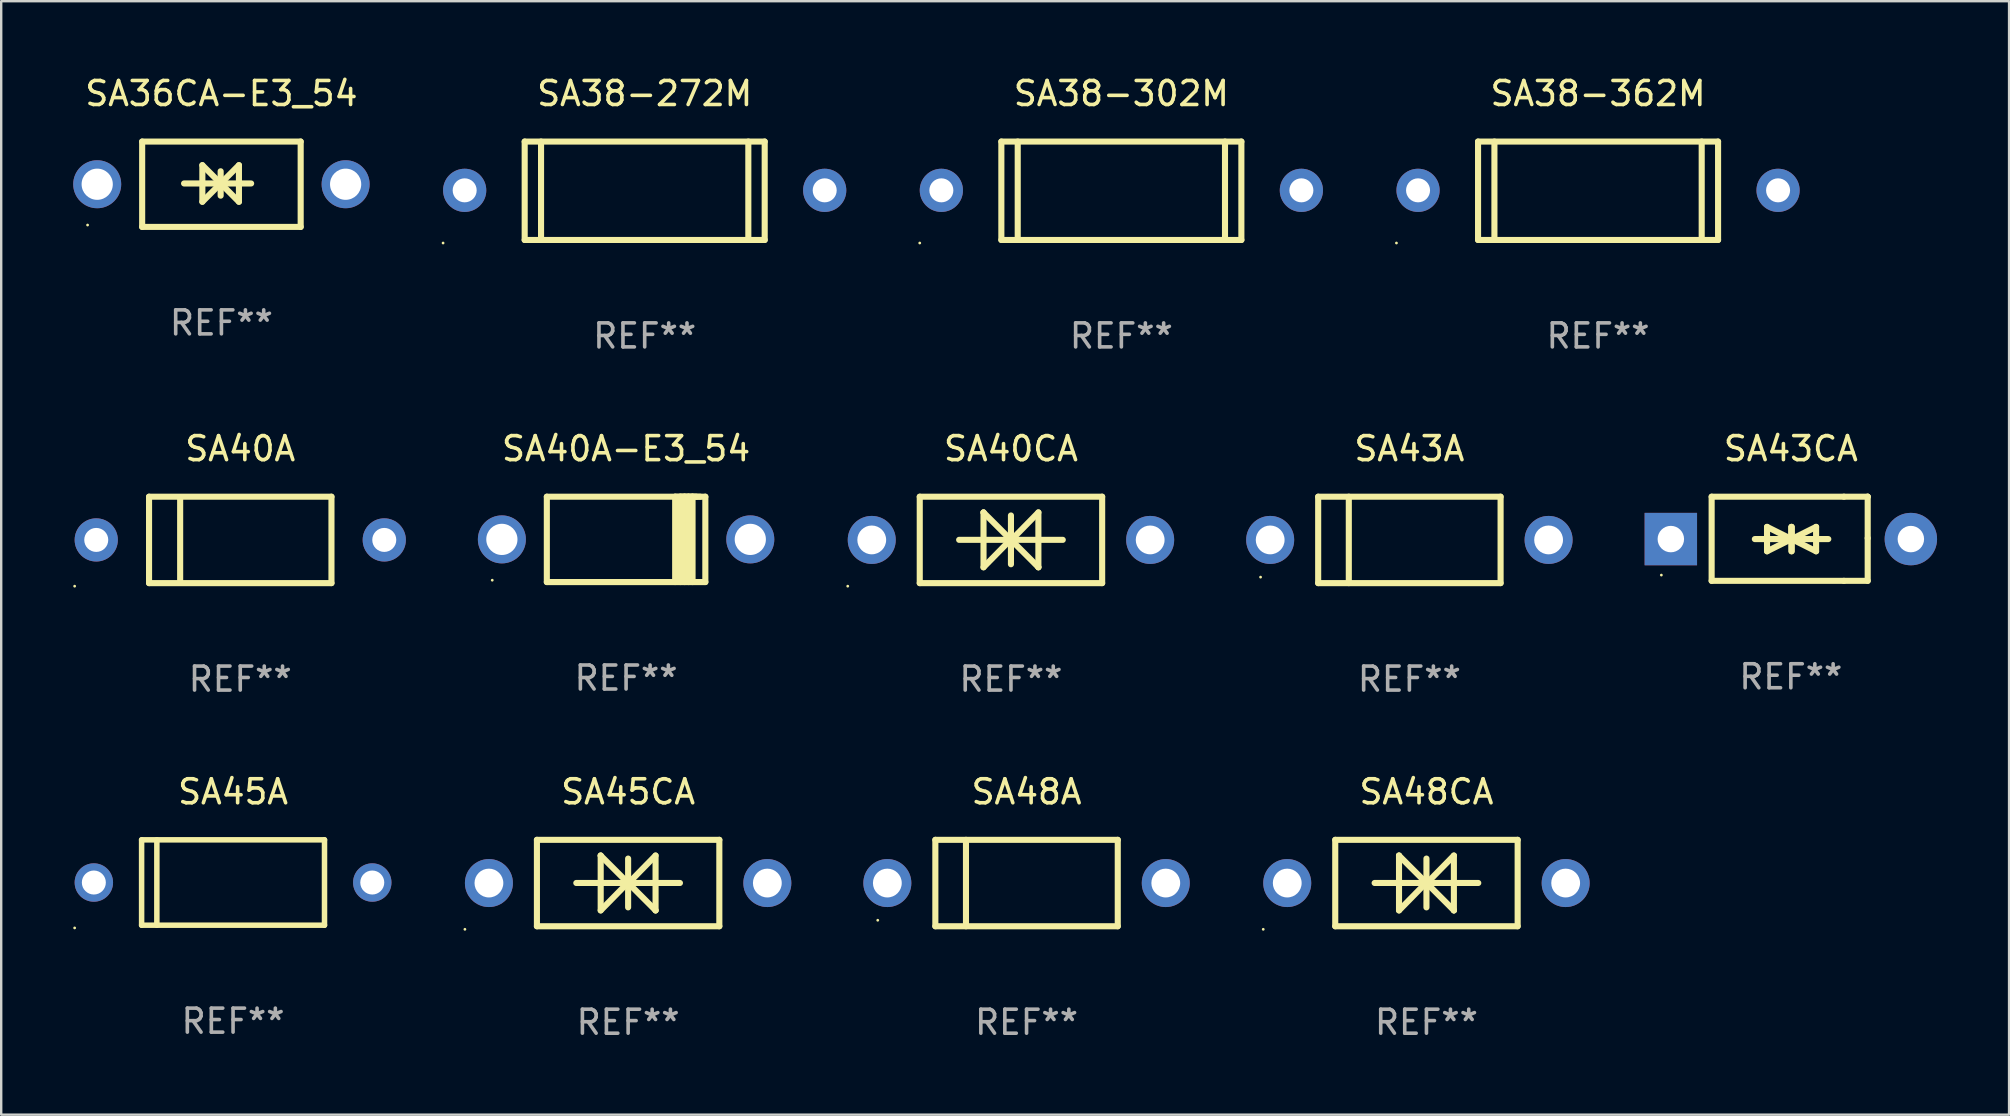
<source format=kicad_pcb>
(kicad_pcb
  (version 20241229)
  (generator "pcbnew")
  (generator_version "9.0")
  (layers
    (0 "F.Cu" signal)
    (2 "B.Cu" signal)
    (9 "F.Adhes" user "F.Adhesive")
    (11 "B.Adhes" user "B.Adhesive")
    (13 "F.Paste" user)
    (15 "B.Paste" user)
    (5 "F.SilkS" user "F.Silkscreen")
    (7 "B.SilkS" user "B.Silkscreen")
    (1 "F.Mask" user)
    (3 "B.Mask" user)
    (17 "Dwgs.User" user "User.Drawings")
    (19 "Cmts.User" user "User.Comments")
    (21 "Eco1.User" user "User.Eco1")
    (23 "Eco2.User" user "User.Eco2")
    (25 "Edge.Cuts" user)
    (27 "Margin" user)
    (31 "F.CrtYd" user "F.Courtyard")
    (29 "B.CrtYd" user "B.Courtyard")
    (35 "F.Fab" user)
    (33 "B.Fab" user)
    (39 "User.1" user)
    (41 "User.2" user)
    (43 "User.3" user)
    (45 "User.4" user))
  (footprint "SA38-362M"
    (layer "F.Cu")
    (at 63.531 4.898)
    (property "Reference" "SA38-362M" (at 0 -4.05 0) (layer "F.SilkS") (effects (font (size 1 1) (thickness 0.15))))
    (attr through_hole)
    (fp_line (start -5 -2.05) (end -5 2.05) (stroke (width 0.254) (type solid)) (layer "F.SilkS"))
    (fp_line (start -5 2.05) (end 5 2.05) (stroke (width 0.254) (type solid)) (layer "F.SilkS"))
    (fp_line (start -4.318 -2.05) (end -4.318 2.05) (stroke (width 0.254) (type solid)) (layer "F.SilkS"))
    (fp_line (start 4.318 -2.05) (end 4.318 2.05) (stroke (width 0.254) (type solid)) (layer "F.SilkS"))
    (fp_line (start 5 -2.05) (end -5 -2.05) (stroke (width 0.254) (type solid)) (layer "F.SilkS"))
    (fp_line (start 5 -2.05) (end 5 2.05) (stroke (width 0.254) (type solid)) (layer "F.SilkS"))
    (fp_circle (center -8.4 2.177) (end -8.37 2.177) (stroke (width 0.06) (type solid)) (fill no) (layer "F.SilkS"))
    (fp_text user "REF**" (at 0 6.05 0) (layer "F.Fab") (effects (font (size 1 1) (thickness 0.15))))
    (pad "1" thru_hole circle (at -7.5 -0.018) (size 1.8 1.8) (drill 1) (layers "*.Cu" "*.Mask"))
    (pad "2" thru_hole circle (at 7.5 -0.018) (size 1.8 1.8) (drill 1) (layers "*.Cu" "*.Mask")))
  (footprint "SA38-302M"
    (layer "F.Cu")
    (at 43.67 4.898)
    (property "Reference" "SA38-302M" (at 0 -4.05 0) (layer "F.SilkS") (effects (font (size 1 1) (thickness 0.15))))
    (attr through_hole)
    (fp_line (start -5 -2.05) (end -5 2.05) (stroke (width 0.254) (type solid)) (layer "F.SilkS"))
    (fp_line (start -5 2.05) (end 5 2.05) (stroke (width 0.254) (type solid)) (layer "F.SilkS"))
    (fp_line (start -4.318 -2.05) (end -4.318 2.05) (stroke (width 0.254) (type solid)) (layer "F.SilkS"))
    (fp_line (start 4.318 -2.05) (end 4.318 2.05) (stroke (width 0.254) (type solid)) (layer "F.SilkS"))
    (fp_line (start 5 -2.05) (end -5 -2.05) (stroke (width 0.254) (type solid)) (layer "F.SilkS"))
    (fp_line (start 5 -2.05) (end 5 2.05) (stroke (width 0.254) (type solid)) (layer "F.SilkS"))
    (fp_circle (center -8.4 2.177) (end -8.37 2.177) (stroke (width 0.06) (type solid)) (fill no) (layer "F.SilkS"))
    (fp_text user "REF**" (at 0 6.05 0) (layer "F.Fab") (effects (font (size 1 1) (thickness 0.15))))
    (pad "1" thru_hole circle (at -7.5 -0.018) (size 1.8 1.8) (drill 1) (layers "*.Cu" "*.Mask"))
    (pad "2" thru_hole circle (at 7.5 -0.018) (size 1.8 1.8) (drill 1) (layers "*.Cu" "*.Mask")))
  (footprint "SA36CA-E3_54"
    (layer "F.Cu")
    (at 6.175 4.626)
    (property "Reference" "SA36CA-E3_54" (at 0 -3.778 0) (layer "F.SilkS") (effects (font (size 1 1) (thickness 0.15))))
    (attr through_hole)
    (fp_line (start -3.302 -1.778) (end -3.302 1.778) (stroke (width 0.254) (type solid)) (layer "F.SilkS"))
    (fp_line (start -3.302 1.778) (end 3.302 1.778) (stroke (width 0.254) (type solid)) (layer "F.SilkS"))
    (fp_line (start -1.556 -0.032) (end 1.238 -0.032) (stroke (width 0.254) (type solid)) (layer "F.SilkS"))
    (fp_line (start -0.794 -0.794) (end 0.73 0.73) (stroke (width 0.254) (type solid)) (layer "F.SilkS"))
    (fp_line (start -0.794 0.73) (end -0.794 -0.794) (stroke (width 0.254) (type solid)) (layer "F.SilkS"))
    (fp_line (start -0.032 -0.54) (end -0.032 0.476) (stroke (width 0.254) (type solid)) (layer "F.SilkS"))
    (fp_line (start 0.73 -0.794) (end -0.794 0.73) (stroke (width 0.254) (type solid)) (layer "F.SilkS"))
    (fp_line (start 0.73 0.73) (end 0.73 -0.794) (stroke (width 0.254) (type solid)) (layer "F.SilkS"))
    (fp_line (start 3.302 -1.778) (end -3.302 -1.778) (stroke (width 0.254) (type solid)) (layer "F.SilkS"))
    (fp_line (start 3.302 1.778) (end 3.302 -1.778) (stroke (width 0.254) (type solid)) (layer "F.SilkS"))
    (fp_circle (center -5.576 1.7) (end -5.546 1.7) (stroke (width 0.06) (type solid)) (fill no) (layer "F.SilkS"))
    (fp_text user "REF**" (at 0 5.778 0) (layer "F.Fab") (effects (font (size 1 1) (thickness 0.15))))
    (pad "1" thru_hole circle (at -5.175 0) (size 2 2) (drill 1.3) (layers "*.Cu" "*.Mask"))
    (pad "2" thru_hole circle (at 5.175 0) (size 2 2) (drill 1.3) (layers "*.Cu" "*.Mask")))
  (footprint "SA38-272M"
    (layer "F.Cu")
    (at 23.81 4.898)
    (property "Reference" "SA38-272M" (at 0 -4.05 0) (layer "F.SilkS") (effects (font (size 1 1) (thickness 0.15))))
    (attr through_hole)
    (fp_line (start -5 -2.05) (end -5 2.05) (stroke (width 0.254) (type solid)) (layer "F.SilkS"))
    (fp_line (start -5 2.05) (end 5 2.05) (stroke (width 0.254) (type solid)) (layer "F.SilkS"))
    (fp_line (start -4.318 -2.05) (end -4.318 2.05) (stroke (width 0.254) (type solid)) (layer "F.SilkS"))
    (fp_line (start 4.318 -2.05) (end 4.318 2.05) (stroke (width 0.254) (type solid)) (layer "F.SilkS"))
    (fp_line (start 5 -2.05) (end -5 -2.05) (stroke (width 0.254) (type solid)) (layer "F.SilkS"))
    (fp_line (start 5 -2.05) (end 5 2.05) (stroke (width 0.254) (type solid)) (layer "F.SilkS"))
    (fp_circle (center -8.4 2.177) (end -8.37 2.177) (stroke (width 0.06) (type solid)) (fill no) (layer "F.SilkS"))
    (fp_text user "REF**" (at 0 6.05 0) (layer "F.Fab") (effects (font (size 1 1) (thickness 0.15))))
    (pad "1" thru_hole circle (at -7.5 -0.018) (size 1.8 1.8) (drill 1) (layers "*.Cu" "*.Mask"))
    (pad "2" thru_hole circle (at 7.5 -0.018) (size 1.8 1.8) (drill 1) (layers "*.Cu" "*.Mask")))
  (footprint "SA48A"
    (layer "F.Cu")
    (at 39.72 33.741)
    (property "Reference" "SA48A" (at 0 -3.8 0) (layer "F.SilkS") (effects (font (size 1 1) (thickness 0.15))))
    (attr through_hole)
    (fp_line (start -3.8 -1.8) (end -3.8 1.8) (stroke (width 0.254) (type solid)) (layer "F.SilkS"))
    (fp_line (start -3.8 -1.8) (end 3.8 -1.8) (stroke (width 0.254) (type solid)) (layer "F.SilkS"))
    (fp_line (start -3.8 1.8) (end 3.8 1.8) (stroke (width 0.254) (type solid)) (layer "F.SilkS"))
    (fp_line (start -2.524 -1.8) (end -2.524 1.8) (stroke (width 0.254) (type solid)) (layer "F.SilkS"))
    (fp_line (start 3.8 -1.8) (end 3.8 1.8) (stroke (width 0.254) (type solid)) (layer "F.SilkS"))
    (fp_circle (center -6.2 1.55) (end -6.17 1.55) (stroke (width 0.06) (type solid)) (fill no) (layer "F.SilkS"))
    (fp_text user "REF**" (at 0 5.8 0) (layer "F.Fab") (effects (font (size 1 1) (thickness 0.15))))
    (pad "1" thru_hole circle (at -5.8 0) (size 2 2) (drill 1.2) (layers "*.Cu" "*.Mask"))
    (pad "2" thru_hole circle (at 5.8 0) (size 2 2) (drill 1.2) (layers "*.Cu" "*.Mask")))
  (footprint "SA43A"
    (layer "F.Cu")
    (at 55.67 19.445)
    (property "Reference" "SA43A" (at 0 -3.8 0) (layer "F.SilkS") (effects (font (size 1 1) (thickness 0.15))))
    (attr through_hole)
    (fp_line (start -3.8 -1.8) (end -3.8 1.8) (stroke (width 0.254) (type solid)) (layer "F.SilkS"))
    (fp_line (start -3.8 -1.8) (end 3.8 -1.8) (stroke (width 0.254) (type solid)) (layer "F.SilkS"))
    (fp_line (start -3.8 1.8) (end 3.8 1.8) (stroke (width 0.254) (type solid)) (layer "F.SilkS"))
    (fp_line (start -2.524 -1.8) (end -2.524 1.8) (stroke (width 0.254) (type solid)) (layer "F.SilkS"))
    (fp_line (start 3.8 -1.8) (end 3.8 1.8) (stroke (width 0.254) (type solid)) (layer "F.SilkS"))
    (fp_circle (center -6.2 1.55) (end -6.17 1.55) (stroke (width 0.06) (type solid)) (fill no) (layer "F.SilkS"))
    (fp_text user "REF**" (at 0 5.8 0) (layer "F.Fab") (effects (font (size 1 1) (thickness 0.15))))
    (pad "1" thru_hole circle (at -5.8 0) (size 2 2) (drill 1.2) (layers "*.Cu" "*.Mask"))
    (pad "2" thru_hole circle (at 5.8 0) (size 2 2) (drill 1.2) (layers "*.Cu" "*.Mask")))
  (footprint "SA43CA"
    (layer "F.Cu")
    (at 71.563 19.397)
    (property "Reference" "SA43CA" (at 0 -3.753 0) (layer "F.SilkS") (effects (font (size 1 1) (thickness 0.15))))
    (attr through_hole)
    (fp_line (start -3.3 -1.753) (end 2.212 -1.753) (stroke (width 0.254) (type solid)) (layer "F.SilkS"))
    (fp_line (start -3.3 1.753) (end -3.3 -1.753) (stroke (width 0.254) (type solid)) (layer "F.SilkS"))
    (fp_line (start -1.5 0.013) (end 0.532 0.013) (stroke (width 0.254) (type solid)) (layer "F.SilkS"))
    (fp_line (start -0.992 -0.495) (end -0.992 0.521) (stroke (width 0.254) (type solid)) (layer "F.SilkS"))
    (fp_line (start -0.992 0.521) (end 0.024 0.013) (stroke (width 0.254) (type solid)) (layer "F.SilkS"))
    (fp_line (start 0.024 -0.495) (end 0.024 0.521) (stroke (width 0.254) (type solid)) (layer "F.SilkS"))
    (fp_line (start 0.024 0.013) (end -0.992 -0.495) (stroke (width 0.254) (type solid)) (layer "F.SilkS"))
    (fp_line (start 0.024 0.013) (end 0.024 -0.495) (stroke (width 0.254) (type solid)) (layer "F.SilkS"))
    (fp_line (start 0.036 0.013) (end 1.052 0.521) (stroke (width 0.254) (type solid)) (layer "F.SilkS"))
    (fp_line (start 0.036 0.521) (end 0.036 -0.495) (stroke (width 0.254) (type solid)) (layer "F.SilkS"))
    (fp_line (start 1.052 -0.495) (end 0.036 0.013) (stroke (width 0.254) (type solid)) (layer "F.SilkS"))
    (fp_line (start 1.052 0.521) (end 1.052 -0.495) (stroke (width 0.254) (type solid)) (layer "F.SilkS"))
    (fp_line (start 1.56 0.013) (end -0.472 0.013) (stroke (width 0.254) (type solid)) (layer "F.SilkS"))
    (fp_line (start 2.212 -1.753) (end 3.202 -1.753) (stroke (width 0.254) (type solid)) (layer "F.SilkS"))
    (fp_line (start 2.212 1.753) (end -3.3 1.753) (stroke (width 0.254) (type solid)) (layer "F.SilkS"))
    (fp_line (start 3.202 -1.753) (end 3.202 -1.753) (stroke (width 0.254) (type solid)) (layer "F.SilkS"))
    (fp_line (start 3.202 -1.753) (end 3.202 -0.025) (stroke (width 0.254) (type solid)) (layer "F.SilkS"))
    (fp_line (start 3.202 -0.025) (end 3.202 1.753) (stroke (width 0.254) (type solid)) (layer "F.SilkS"))
    (fp_line (start 3.202 1.753) (end 2.212 1.753) (stroke (width 0.254) (type solid)) (layer "F.SilkS"))
    (fp_circle (center -5.395 1.513) (end -5.365 1.513) (stroke (width 0.06) (type solid)) (fill no) (layer "F.SilkS"))
    (fp_text user "REF**" (at 0 5.753 0) (layer "F.Fab") (effects (font (size 1 1) (thickness 0.15))))
    (pad "1" thru_hole rect (at -5 0.013 180) (size 2.184 2.184) (drill 1.102) (layers "*.Cu" "*.Mask"))
    (pad "2" thru_hole circle (at 5 0.013) (size 2.184 2.184) (drill 1.102) (layers "*.Cu" "*.Mask")))
  (footprint "SA40CA"
    (layer "F.Cu")
    (at 39.07 19.445)
    (property "Reference" "SA40CA" (at 0 -3.8 0) (layer "F.SilkS") (effects (font (size 1 1) (thickness 0.15))))
    (attr through_hole)
    (fp_line (start -3.8 -1.8) (end -3.8 1.8) (stroke (width 0.254) (type solid)) (layer "F.SilkS"))
    (fp_line (start -3.8 -1.8) (end 3.8 -1.8) (stroke (width 0.254) (type solid)) (layer "F.SilkS"))
    (fp_line (start -3.8 1.8) (end 3.8 1.8) (stroke (width 0.254) (type solid)) (layer "F.SilkS"))
    (fp_line (start -2.159 -0.003) (end 2.159 -0.003) (stroke (width 0.254) (type solid)) (layer "F.SilkS"))
    (fp_line (start -1.143 -1.146) (end -1.143 1.14) (stroke (width 0.254) (type solid)) (layer "F.SilkS"))
    (fp_line (start -1.143 -1.143) (end -1.143 -1.146) (stroke (width 0.254) (type solid)) (layer "F.SilkS"))
    (fp_line (start 0 -1.019) (end 0 1.013) (stroke (width 0.254) (type solid)) (layer "F.SilkS"))
    (fp_line (start 0 -0.026) (end -1.143 1.14) (stroke (width 0.254) (type solid)) (layer "F.SilkS"))
    (fp_line (start 0 -0.006) (end 1.143 1.137) (stroke (width 0.254) (type solid)) (layer "F.SilkS"))
    (fp_line (start 0 0) (end -1.143 -1.143) (stroke (width 0.254) (type solid)) (layer "F.SilkS"))
    (fp_line (start 0 0.02) (end 1.143 -1.146) (stroke (width 0.254) (type solid)) (layer "F.SilkS"))
    (fp_line (start 1.143 1.137) (end 1.143 1.14) (stroke (width 0.254) (type solid)) (layer "F.SilkS"))
    (fp_line (start 1.143 1.14) (end 1.143 -1.146) (stroke (width 0.254) (type solid)) (layer "F.SilkS"))
    (fp_line (start 3.8 -1.8) (end 3.8 1.8) (stroke (width 0.254) (type solid)) (layer "F.SilkS"))
    (fp_circle (center -6.8 1.927) (end -6.77 1.927) (stroke (width 0.06) (type solid)) (fill no) (layer "F.SilkS"))
    (fp_text user "REF**" (at 0 5.8 0) (layer "F.Fab") (effects (font (size 1 1) (thickness 0.15))))
    (pad "1" thru_hole circle (at -5.8 0) (size 2 2) (drill 1.2) (layers "*.Cu" "*.Mask"))
    (pad "2" thru_hole circle (at 5.8 0) (size 2 2) (drill 1.2) (layers "*.Cu" "*.Mask")))
  (footprint "SA40A-E3_54"
    (layer "F.Cu")
    (at 23.035 19.423)
    (property "Reference" "SA40A-E3_54" (at 0 -3.778 0) (layer "F.SilkS") (effects (font (size 1 1) (thickness 0.15))))
    (attr through_hole)
    (fp_line (start -3.302 -1.778) (end -3.302 1.778) (stroke (width 0.254) (type solid)) (layer "F.SilkS"))
    (fp_line (start -3.302 1.778) (end 3.302 1.778) (stroke (width 0.254) (type solid)) (layer "F.SilkS"))
    (fp_line (start 2.045 -1.778) (end 2.045 1.778) (stroke (width 0.254) (type solid)) (layer "F.SilkS"))
    (fp_line (start 2.261 -1.778) (end 2.261 1.778) (stroke (width 0.254) (type solid)) (layer "F.SilkS"))
    (fp_line (start 2.421 -1.778) (end 2.045 -1.778) (stroke (width 0.254) (type solid)) (layer "F.SilkS"))
    (fp_line (start 2.439 -1.778) (end 2.439 1.778) (stroke (width 0.254) (type solid)) (layer "F.SilkS"))
    (fp_line (start 2.579 -1.778) (end 2.261 -1.778) (stroke (width 0.254) (type solid)) (layer "F.SilkS"))
    (fp_line (start 2.604 -1.778) (end 2.604 1.778) (stroke (width 0.254) (type solid)) (layer "F.SilkS"))
    (fp_line (start 2.757 -1.778) (end 2.439 -1.778) (stroke (width 0.254) (type solid)) (layer "F.SilkS"))
    (fp_line (start 2.769 -1.778) (end 2.769 1.778) (stroke (width 0.254) (type solid)) (layer "F.SilkS"))
    (fp_line (start 2.922 -1.778) (end 2.604 -1.778) (stroke (width 0.254) (type solid)) (layer "F.SilkS"))
    (fp_line (start 3.087 -1.778) (end 2.769 -1.778) (stroke (width 0.254) (type solid)) (layer "F.SilkS"))
    (fp_line (start 3.302 -1.778) (end -3.302 -1.778) (stroke (width 0.254) (type solid)) (layer "F.SilkS"))
    (fp_line (start 3.302 1.778) (end 3.302 -1.778) (stroke (width 0.254) (type solid)) (layer "F.SilkS"))
    (fp_circle (center -5.576 1.7) (end -5.546 1.7) (stroke (width 0.06) (type solid)) (fill no) (layer "F.SilkS"))
    (fp_text user "REF**" (at 0 5.778 0) (layer "F.Fab") (effects (font (size 1 1) (thickness 0.15))))
    (pad "1" thru_hole circle (at -5.175 0) (size 2 2) (drill 1.3) (layers "*.Cu" "*.Mask"))
    (pad "2" thru_hole circle (at 5.175 0) (size 2 2) (drill 1.3) (layers "*.Cu" "*.Mask")))
  (footprint "SA40A"
    (layer "F.Cu")
    (at 6.96 19.445)
    (property "Reference" "SA40A" (at 0 -3.8 0) (layer "F.SilkS") (effects (font (size 1 1) (thickness 0.15))))
    (attr through_hole)
    (fp_line (start -3.8 -1.8) (end -3.8 1.8) (stroke (width 0.254) (type solid)) (layer "F.SilkS"))
    (fp_line (start -3.8 1.8) (end 3.8 1.8) (stroke (width 0.254) (type solid)) (layer "F.SilkS"))
    (fp_line (start -3.8 -1.8) (end 3.8 -1.8) (stroke (width 0.254) (type solid)) (layer "F.SilkS"))
    (fp_line (start -2.504 -1.7) (end -2.504 1.7) (stroke (width 0.254) (type solid)) (layer "F.SilkS"))
    (fp_line (start 3.8 -1.8) (end 3.8 1.8) (stroke (width 0.254) (type solid)) (layer "F.SilkS"))
    (fp_circle (center -6.9 1.927) (end -6.87 1.927) (stroke (width 0.06) (type solid)) (fill no) (layer "F.SilkS"))
    (fp_text user "REF**" (at 0 5.8 0) (layer "F.Fab") (effects (font (size 1 1) (thickness 0.15))))
    (pad "1" thru_hole circle (at -6 0) (size 1.8 1.8) (drill 1) (layers "*.Cu" "*.Mask"))
    (pad "2" thru_hole circle (at 6 0) (size 1.8 1.8) (drill 1) (layers "*.Cu" "*.Mask")))
  (footprint "SA45A"
    (layer "F.Cu")
    (at 6.66 33.719)
    (property "Reference" "SA45A" (at 0 -3.778 0) (layer "F.SilkS") (effects (font (size 1 1) (thickness 0.15))))
    (attr through_hole)
    (fp_line (start -3.81 -1.778) (end 3.81 -1.778) (stroke (width 0.229) (type solid)) (layer "F.SilkS"))
    (fp_line (start -3.81 1.778) (end -3.81 -1.778) (stroke (width 0.229) (type solid)) (layer "F.SilkS"))
    (fp_line (start -3.175 1.778) (end -3.175 -1.778) (stroke (width 0.229) (type solid)) (layer "F.SilkS"))
    (fp_line (start 3.81 -1.778) (end 3.81 1.778) (stroke (width 0.229) (type solid)) (layer "F.SilkS"))
    (fp_line (start 3.81 1.778) (end -3.81 1.778) (stroke (width 0.229) (type solid)) (layer "F.SilkS"))
    (fp_circle (center -6.6 1.892) (end -6.57 1.892) (stroke (width 0.06) (type solid)) (fill no) (layer "F.SilkS"))
    (fp_text user "REF**" (at 0 5.778 0) (layer "F.Fab") (effects (font (size 1 1) (thickness 0.15))))
    (pad "1" thru_hole circle (at -5.8 0) (size 1.6 1.6) (drill 1) (layers "*.Cu" "*.Mask"))
    (pad "2" thru_hole circle (at 5.8 0) (size 1.6 1.6) (drill 1) (layers "*.Cu" "*.Mask")))
  (footprint "SA45CA"
    (layer "F.Cu")
    (at 23.12 33.741)
    (property "Reference" "SA45CA" (at 0 -3.8 0) (layer "F.SilkS") (effects (font (size 1 1) (thickness 0.15))))
    (attr through_hole)
    (fp_line (start -3.8 -1.8) (end -3.8 1.8) (stroke (width 0.254) (type solid)) (layer "F.SilkS"))
    (fp_line (start -3.8 -1.8) (end 3.8 -1.8) (stroke (width 0.254) (type solid)) (layer "F.SilkS"))
    (fp_line (start -3.8 1.8) (end 3.8 1.8) (stroke (width 0.254) (type solid)) (layer "F.SilkS"))
    (fp_line (start -2.159 -0.003) (end 2.159 -0.003) (stroke (width 0.254) (type solid)) (layer "F.SilkS"))
    (fp_line (start -1.143 -1.146) (end -1.143 1.14) (stroke (width 0.254) (type solid)) (layer "F.SilkS"))
    (fp_line (start -1.143 -1.143) (end -1.143 -1.146) (stroke (width 0.254) (type solid)) (layer "F.SilkS"))
    (fp_line (start 0 -1.019) (end 0 1.013) (stroke (width 0.254) (type solid)) (layer "F.SilkS"))
    (fp_line (start 0 -0.026) (end -1.143 1.14) (stroke (width 0.254) (type solid)) (layer "F.SilkS"))
    (fp_line (start 0 -0.006) (end 1.143 1.137) (stroke (width 0.254) (type solid)) (layer "F.SilkS"))
    (fp_line (start 0 0) (end -1.143 -1.143) (stroke (width 0.254) (type solid)) (layer "F.SilkS"))
    (fp_line (start 0 0.02) (end 1.143 -1.146) (stroke (width 0.254) (type solid)) (layer "F.SilkS"))
    (fp_line (start 1.143 1.137) (end 1.143 1.14) (stroke (width 0.254) (type solid)) (layer "F.SilkS"))
    (fp_line (start 1.143 1.14) (end 1.143 -1.146) (stroke (width 0.254) (type solid)) (layer "F.SilkS"))
    (fp_line (start 3.8 -1.8) (end 3.8 1.8) (stroke (width 0.254) (type solid)) (layer "F.SilkS"))
    (fp_circle (center -6.8 1.927) (end -6.77 1.927) (stroke (width 0.06) (type solid)) (fill no) (layer "F.SilkS"))
    (fp_text user "REF**" (at 0 5.8 0) (layer "F.Fab") (effects (font (size 1 1) (thickness 0.15))))
    (pad "1" thru_hole circle (at -5.8 0) (size 2 2) (drill 1.2) (layers "*.Cu" "*.Mask"))
    (pad "2" thru_hole circle (at 5.8 0) (size 2 2) (drill 1.2) (layers "*.Cu" "*.Mask")))
  (footprint "SA48CA"
    (layer "F.Cu")
    (at 56.381 33.741)
    (property "Reference" "SA48CA" (at 0 -3.8 0) (layer "F.SilkS") (effects (font (size 1 1) (thickness 0.15))))
    (attr through_hole)
    (fp_line (start -3.8 -1.8) (end -3.8 1.8) (stroke (width 0.254) (type solid)) (layer "F.SilkS"))
    (fp_line (start -3.8 -1.8) (end 3.8 -1.8) (stroke (width 0.254) (type solid)) (layer "F.SilkS"))
    (fp_line (start -3.8 1.8) (end 3.8 1.8) (stroke (width 0.254) (type solid)) (layer "F.SilkS"))
    (fp_line (start -2.159 -0.003) (end 2.159 -0.003) (stroke (width 0.254) (type solid)) (layer "F.SilkS"))
    (fp_line (start -1.143 -1.146) (end -1.143 1.14) (stroke (width 0.254) (type solid)) (layer "F.SilkS"))
    (fp_line (start -1.143 -1.143) (end -1.143 -1.146) (stroke (width 0.254) (type solid)) (layer "F.SilkS"))
    (fp_line (start 0 -1.019) (end 0 1.013) (stroke (width 0.254) (type solid)) (layer "F.SilkS"))
    (fp_line (start 0 -0.026) (end -1.143 1.14) (stroke (width 0.254) (type solid)) (layer "F.SilkS"))
    (fp_line (start 0 -0.006) (end 1.143 1.137) (stroke (width 0.254) (type solid)) (layer "F.SilkS"))
    (fp_line (start 0 0) (end -1.143 -1.143) (stroke (width 0.254) (type solid)) (layer "F.SilkS"))
    (fp_line (start 0 0.02) (end 1.143 -1.146) (stroke (width 0.254) (type solid)) (layer "F.SilkS"))
    (fp_line (start 1.143 1.137) (end 1.143 1.14) (stroke (width 0.254) (type solid)) (layer "F.SilkS"))
    (fp_line (start 1.143 1.14) (end 1.143 -1.146) (stroke (width 0.254) (type solid)) (layer "F.SilkS"))
    (fp_line (start 3.8 -1.8) (end 3.8 1.8) (stroke (width 0.254) (type solid)) (layer "F.SilkS"))
    (fp_circle (center -6.8 1.927) (end -6.77 1.927) (stroke (width 0.06) (type solid)) (fill no) (layer "F.SilkS"))
    (fp_text user "REF**" (at 0 5.8 0) (layer "F.Fab") (effects (font (size 1 1) (thickness 0.15))))
    (pad "1" thru_hole circle (at -5.8 0) (size 2 2) (drill 1.2) (layers "*.Cu" "*.Mask"))
    (pad "2" thru_hole circle (at 5.8 0) (size 2 2) (drill 1.2) (layers "*.Cu" "*.Mask")))
  (gr_rect
    (start -3 -3)
    (end 80.655 43.39)
    (stroke (width 0.1) (type default))
    (fill no)
    (layer "Edge.Cuts")))
</source>
